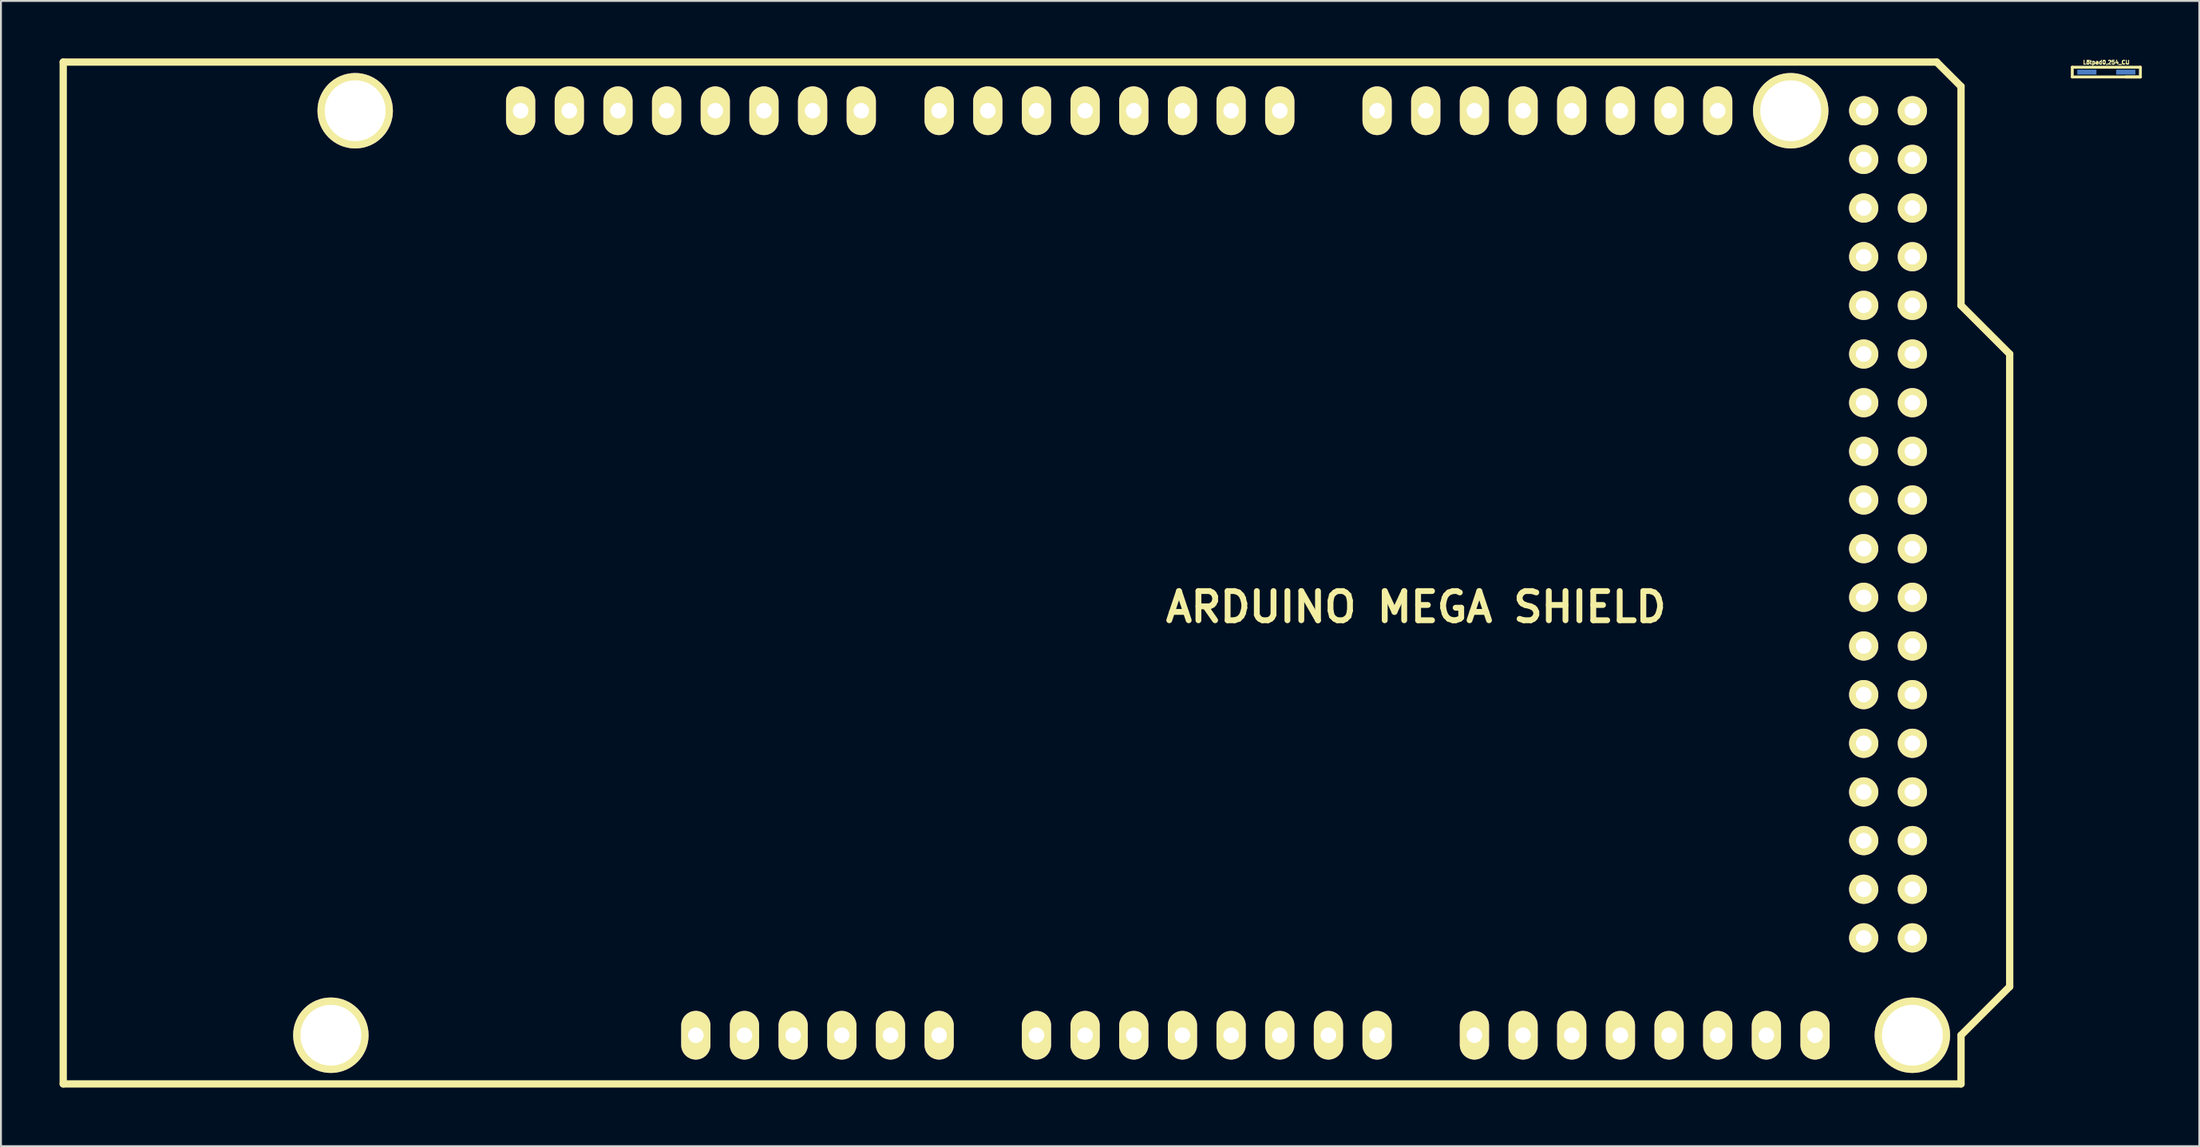
<source format=kicad_pcb>
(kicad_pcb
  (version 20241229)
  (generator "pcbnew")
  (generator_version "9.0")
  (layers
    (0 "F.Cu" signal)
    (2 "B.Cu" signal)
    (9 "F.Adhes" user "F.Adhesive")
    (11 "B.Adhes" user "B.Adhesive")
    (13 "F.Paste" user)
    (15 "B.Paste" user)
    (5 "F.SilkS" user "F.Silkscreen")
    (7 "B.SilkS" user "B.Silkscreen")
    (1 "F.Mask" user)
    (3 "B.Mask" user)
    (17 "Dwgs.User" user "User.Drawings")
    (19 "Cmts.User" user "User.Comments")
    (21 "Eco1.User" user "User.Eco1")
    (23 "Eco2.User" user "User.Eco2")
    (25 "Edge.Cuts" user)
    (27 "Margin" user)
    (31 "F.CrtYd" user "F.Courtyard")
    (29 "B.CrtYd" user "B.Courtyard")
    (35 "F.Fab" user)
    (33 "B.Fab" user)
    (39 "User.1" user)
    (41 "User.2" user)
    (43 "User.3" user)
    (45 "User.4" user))
  (footprint "Lötpad0,254_CU"
    (layer "F.Cu")
    (at 106.894 0.713)
    (property "Reference" "Lötpad0,254_CU" (at 0 -0.508 0) (layer "F.SilkS") (effects (font (size 0.2 0.2) (thickness 0.05))))
    (attr through_hole)
    (fp_line (start -1.778 -0.254) (end 1.778 -0.254) (stroke (width 0.15) (type solid)) (layer "F.SilkS"))
    (fp_line (start -1.778 0.254) (end -1.778 -0.254) (stroke (width 0.15) (type solid)) (layer "F.SilkS"))
    (fp_line (start 1.778 -0.254) (end 1.778 0.254) (stroke (width 0.15) (type solid)) (layer "F.SilkS"))
    (fp_line (start 1.778 0.254) (end -1.778 0.254) (stroke (width 0.15) (type solid)) (layer "F.SilkS"))
    (fp_line (start 1.778 0.254) (end 1.016 0.254) (stroke (width 0.15) (type solid)) (layer "F.SilkS"))
    (pad "1" smd rect (at -1.016 0) (size 1 0.254) (layers "F.Mask" "B.Cu" "F.Paste"))
    (pad "2" smd rect (at 1.016 0) (size 1 0.254) (layers "F.Mask" "B.Cu" "F.Paste")))
  (footprint "ARDUINO MEGA SHIELD"
    (layer "F.Cu")
    (at 0.25 53.531)
    (property "Reference" "ARDUINO MEGA SHIELD" (at 70.612 -24.892 0) (layer "F.SilkS") (effects (font (size 1.524 1.524) (thickness 0.305))))
    (attr through_hole)
    (fp_line (start 0 0) (end 0 -53.34) (stroke (width 0.381) (type solid)) (layer "F.SilkS"))
    (fp_line (start 97.79 -53.34) (end 0 -53.34) (stroke (width 0.381) (type solid)) (layer "F.SilkS"))
    (fp_line (start 99.06 -52.07) (end 97.79 -53.34) (stroke (width 0.381) (type solid)) (layer "F.SilkS"))
    (fp_line (start 99.06 -40.64) (end 99.06 -52.07) (stroke (width 0.381) (type solid)) (layer "F.SilkS"))
    (fp_line (start 99.06 -40.64) (end 101.6 -38.1) (stroke (width 0.381) (type solid)) (layer "F.SilkS"))
    (fp_line (start 99.06 -2.54) (end 99.06 0) (stroke (width 0.381) (type solid)) (layer "F.SilkS"))
    (fp_line (start 99.06 0) (end 0 0) (stroke (width 0.381) (type solid)) (layer "F.SilkS"))
    (fp_line (start 101.6 -38.1) (end 101.6 -5.08) (stroke (width 0.381) (type solid)) (layer "F.SilkS"))
    (fp_line (start 101.6 -5.08) (end 99.06 -2.54) (stroke (width 0.381) (type solid)) (layer "F.SilkS"))
    (pad "" thru_hole circle (at 13.97 -2.54 90) (size 3.937 3.937) (drill 3.175) (layers "*.Cu" "*.Mask" "F.SilkS"))
    (pad "" thru_hole circle (at 15.24 -50.8 90) (size 3.937 3.937) (drill 3.175) (layers "*.Cu" "*.Mask" "F.SilkS"))
    (pad "" thru_hole circle (at 90.17 -50.8 90) (size 3.937 3.937) (drill 3.175) (layers "*.Cu" "*.Mask" "F.SilkS"))
    (pad "" thru_hole circle (at 96.52 -2.54 90) (size 3.937 3.937) (drill 3.175) (layers "*.Cu" "*.Mask" "F.SilkS"))
    (pad "0" thru_hole oval (at 63.5 -50.8 90) (size 2.54 1.524) (drill 0.813) (layers "*.Cu" "*.Mask" "F.SilkS"))
    (pad "1" thru_hole oval (at 60.96 -50.8 90) (size 2.54 1.524) (drill 0.813) (layers "*.Cu" "*.Mask" "F.SilkS"))
    (pad "2" thru_hole oval (at 58.42 -50.8 90) (size 2.54 1.524) (drill 0.813) (layers "*.Cu" "*.Mask" "F.SilkS"))
    (pad "3" thru_hole oval (at 55.88 -50.8 90) (size 2.54 1.524) (drill 0.813) (layers "*.Cu" "*.Mask" "F.SilkS"))
    (pad "3V3" thru_hole oval (at 35.56 -2.54 90) (size 2.54 1.524) (drill 0.813) (layers "*.Cu" "*.Mask" "F.SilkS"))
    (pad "4" thru_hole oval (at 53.34 -50.8 90) (size 2.54 1.524) (drill 0.813) (layers "*.Cu" "*.Mask" "F.SilkS"))
    (pad "5" thru_hole oval (at 50.8 -50.8 90) (size 2.54 1.524) (drill 0.813) (layers "*.Cu" "*.Mask" "F.SilkS"))
    (pad "5V" thru_hole oval (at 38.1 -2.54 90) (size 2.54 1.524) (drill 0.813) (layers "*.Cu" "*.Mask" "F.SilkS"))
    (pad "5V_4" thru_hole circle (at 93.98 -50.8) (size 1.524 1.524) (drill 0.813) (layers "*.Cu" "*.Mask" "F.SilkS"))
    (pad "5V_5" thru_hole circle (at 96.52 -50.8) (size 1.524 1.524) (drill 0.813) (layers "*.Cu" "*.Mask" "F.SilkS"))
    (pad "6" thru_hole oval (at 48.26 -50.8 90) (size 2.54 1.524) (drill 0.813) (layers "*.Cu" "*.Mask" "F.SilkS"))
    (pad "7" thru_hole oval (at 45.72 -50.8 90) (size 2.54 1.524) (drill 0.813) (layers "*.Cu" "*.Mask" "F.SilkS"))
    (pad "8" thru_hole oval (at 41.656 -50.8 90) (size 2.54 1.524) (drill 0.813) (layers "*.Cu" "*.Mask" "F.SilkS"))
    (pad "9" thru_hole oval (at 39.116 -50.8 90) (size 2.54 1.524) (drill 0.813) (layers "*.Cu" "*.Mask" "F.SilkS"))
    (pad "10" thru_hole oval (at 36.576 -50.8 90) (size 2.54 1.524) (drill 0.813) (layers "*.Cu" "*.Mask" "F.SilkS"))
    (pad "11" thru_hole oval (at 34.036 -50.8 90) (size 2.54 1.524) (drill 0.813) (layers "*.Cu" "*.Mask" "F.SilkS"))
    (pad "12" thru_hole oval (at 31.496 -50.8 90) (size 2.54 1.524) (drill 0.813) (layers "*.Cu" "*.Mask" "F.SilkS"))
    (pad "13" thru_hole oval (at 28.956 -50.8 90) (size 2.54 1.524) (drill 0.813) (layers "*.Cu" "*.Mask" "F.SilkS"))
    (pad "14" thru_hole oval (at 68.58 -50.8 90) (size 2.54 1.524) (drill 0.813) (layers "*.Cu" "*.Mask" "F.SilkS"))
    (pad "15" thru_hole oval (at 71.12 -50.8 90) (size 2.54 1.524) (drill 0.813) (layers "*.Cu" "*.Mask" "F.SilkS"))
    (pad "16" thru_hole oval (at 73.66 -50.8 90) (size 2.54 1.524) (drill 0.813) (layers "*.Cu" "*.Mask" "F.SilkS"))
    (pad "17" thru_hole oval (at 76.2 -50.8 90) (size 2.54 1.524) (drill 0.813) (layers "*.Cu" "*.Mask" "F.SilkS"))
    (pad "18" thru_hole oval (at 78.74 -50.8 90) (size 2.54 1.524) (drill 0.813) (layers "*.Cu" "*.Mask" "F.SilkS"))
    (pad "19" thru_hole oval (at 81.28 -50.8 90) (size 2.54 1.524) (drill 0.813) (layers "*.Cu" "*.Mask" "F.SilkS"))
    (pad "20" thru_hole oval (at 83.82 -50.8 90) (size 2.54 1.524) (drill 0.813) (layers "*.Cu" "*.Mask" "F.SilkS"))
    (pad "21" thru_hole oval (at 86.36 -50.8 90) (size 2.54 1.524) (drill 0.813) (layers "*.Cu" "*.Mask" "F.SilkS"))
    (pad "22" thru_hole circle (at 93.98 -48.26) (size 1.524 1.524) (drill 0.813) (layers "*.Cu" "*.Mask" "F.SilkS"))
    (pad "23" thru_hole circle (at 96.52 -48.26) (size 1.524 1.524) (drill 0.813) (layers "*.Cu" "*.Mask" "F.SilkS"))
    (pad "24" thru_hole circle (at 93.98 -45.72) (size 1.524 1.524) (drill 0.813) (layers "*.Cu" "*.Mask" "F.SilkS"))
    (pad "25" thru_hole circle (at 96.52 -45.72) (size 1.524 1.524) (drill 0.813) (layers "*.Cu" "*.Mask" "F.SilkS"))
    (pad "26" thru_hole circle (at 93.98 -43.18) (size 1.524 1.524) (drill 0.813) (layers "*.Cu" "*.Mask" "F.SilkS"))
    (pad "27" thru_hole circle (at 96.52 -43.18) (size 1.524 1.524) (drill 0.813) (layers "*.Cu" "*.Mask" "F.SilkS"))
    (pad "28" thru_hole circle (at 93.98 -40.64) (size 1.524 1.524) (drill 0.813) (layers "*.Cu" "*.Mask" "F.SilkS"))
    (pad "29" thru_hole circle (at 96.52 -40.64) (size 1.524 1.524) (drill 0.813) (layers "*.Cu" "*.Mask" "F.SilkS"))
    (pad "30" thru_hole circle (at 93.98 -38.1) (size 1.524 1.524) (drill 0.813) (layers "*.Cu" "*.Mask" "F.SilkS"))
    (pad "31" thru_hole circle (at 96.52 -38.1) (size 1.524 1.524) (drill 0.813) (layers "*.Cu" "*.Mask" "F.SilkS"))
    (pad "32" thru_hole circle (at 93.98 -35.56) (size 1.524 1.524) (drill 0.813) (layers "*.Cu" "*.Mask" "F.SilkS"))
    (pad "33" thru_hole circle (at 96.52 -35.56) (size 1.524 1.524) (drill 0.813) (layers "*.Cu" "*.Mask" "F.SilkS"))
    (pad "34" thru_hole circle (at 93.98 -33.02) (size 1.524 1.524) (drill 0.813) (layers "*.Cu" "*.Mask" "F.SilkS"))
    (pad "35" thru_hole circle (at 96.52 -33.02) (size 1.524 1.524) (drill 0.813) (layers "*.Cu" "*.Mask" "F.SilkS"))
    (pad "36" thru_hole circle (at 93.98 -30.48) (size 1.524 1.524) (drill 0.813) (layers "*.Cu" "*.Mask" "F.SilkS"))
    (pad "37" thru_hole circle (at 96.52 -30.48) (size 1.524 1.524) (drill 0.813) (layers "*.Cu" "*.Mask" "F.SilkS"))
    (pad "38" thru_hole circle (at 93.98 -27.94) (size 1.524 1.524) (drill 0.813) (layers "*.Cu" "*.Mask" "F.SilkS"))
    (pad "39" thru_hole circle (at 96.52 -27.94) (size 1.524 1.524) (drill 0.813) (layers "*.Cu" "*.Mask" "F.SilkS"))
    (pad "40" thru_hole circle (at 93.98 -25.4) (size 1.524 1.524) (drill 0.813) (layers "*.Cu" "*.Mask" "F.SilkS"))
    (pad "41" thru_hole circle (at 96.52 -25.4) (size 1.524 1.524) (drill 0.813) (layers "*.Cu" "*.Mask" "F.SilkS"))
    (pad "42" thru_hole circle (at 93.98 -22.86) (size 1.524 1.524) (drill 0.813) (layers "*.Cu" "*.Mask" "F.SilkS"))
    (pad "43" thru_hole circle (at 96.52 -22.86) (size 1.524 1.524) (drill 0.813) (layers "*.Cu" "*.Mask" "F.SilkS"))
    (pad "44" thru_hole circle (at 93.98 -20.32) (size 1.524 1.524) (drill 0.813) (layers "*.Cu" "*.Mask" "F.SilkS"))
    (pad "45" thru_hole circle (at 96.52 -20.32) (size 1.524 1.524) (drill 0.813) (layers "*.Cu" "*.Mask" "F.SilkS"))
    (pad "46" thru_hole circle (at 93.98 -17.78) (size 1.524 1.524) (drill 0.813) (layers "*.Cu" "*.Mask" "F.SilkS"))
    (pad "47" thru_hole circle (at 96.52 -17.78) (size 1.524 1.524) (drill 0.813) (layers "*.Cu" "*.Mask" "F.SilkS"))
    (pad "48" thru_hole circle (at 93.98 -15.24) (size 1.524 1.524) (drill 0.813) (layers "*.Cu" "*.Mask" "F.SilkS"))
    (pad "49" thru_hole circle (at 96.52 -15.24) (size 1.524 1.524) (drill 0.813) (layers "*.Cu" "*.Mask" "F.SilkS"))
    (pad "50" thru_hole circle (at 93.98 -12.7) (size 1.524 1.524) (drill 0.813) (layers "*.Cu" "*.Mask" "F.SilkS"))
    (pad "51" thru_hole circle (at 96.52 -12.7) (size 1.524 1.524) (drill 0.813) (layers "*.Cu" "*.Mask" "F.SilkS"))
    (pad "52" thru_hole circle (at 93.98 -10.16) (size 1.524 1.524) (drill 0.813) (layers "*.Cu" "*.Mask" "F.SilkS"))
    (pad "53" thru_hole circle (at 96.52 -10.16) (size 1.524 1.524) (drill 0.813) (layers "*.Cu" "*.Mask" "F.SilkS"))
    (pad "AD0" thru_hole oval (at 50.8 -2.54 90) (size 2.54 1.524) (drill 0.813) (layers "*.Cu" "*.Mask" "F.SilkS"))
    (pad "AD1" thru_hole oval (at 53.34 -2.54 90) (size 2.54 1.524) (drill 0.813) (layers "*.Cu" "*.Mask" "F.SilkS"))
    (pad "AD2" thru_hole oval (at 55.88 -2.54 90) (size 2.54 1.524) (drill 0.813) (layers "*.Cu" "*.Mask" "F.SilkS"))
    (pad "AD3" thru_hole oval (at 58.42 -2.54 90) (size 2.54 1.524) (drill 0.813) (layers "*.Cu" "*.Mask" "F.SilkS"))
    (pad "AD4" thru_hole oval (at 60.96 -2.54 90) (size 2.54 1.524) (drill 0.813) (layers "*.Cu" "*.Mask" "F.SilkS"))
    (pad "AD5" thru_hole oval (at 63.5 -2.54 90) (size 2.54 1.524) (drill 0.813) (layers "*.Cu" "*.Mask" "F.SilkS"))
    (pad "AD6" thru_hole oval (at 66.04 -2.54 90) (size 2.54 1.524) (drill 0.813) (layers "*.Cu" "*.Mask" "F.SilkS"))
    (pad "AD7" thru_hole oval (at 68.58 -2.54 90) (size 2.54 1.524) (drill 0.813) (layers "*.Cu" "*.Mask" "F.SilkS"))
    (pad "AD8" thru_hole oval (at 73.66 -2.54 90) (size 2.54 1.524) (drill 0.813) (layers "*.Cu" "*.Mask" "F.SilkS"))
    (pad "AD9" thru_hole oval (at 76.2 -2.54 90) (size 2.54 1.524) (drill 0.813) (layers "*.Cu" "*.Mask" "F.SilkS"))
    (pad "AD10" thru_hole oval (at 78.74 -2.54 90) (size 2.54 1.524) (drill 0.813) (layers "*.Cu" "*.Mask" "F.SilkS"))
    (pad "AD11" thru_hole oval (at 81.28 -2.54 90) (size 2.54 1.524) (drill 0.813) (layers "*.Cu" "*.Mask" "F.SilkS"))
    (pad "AD12" thru_hole oval (at 83.82 -2.54 90) (size 2.54 1.524) (drill 0.813) (layers "*.Cu" "*.Mask" "F.SilkS"))
    (pad "AD13" thru_hole oval (at 86.36 -2.54 90) (size 2.54 1.524) (drill 0.813) (layers "*.Cu" "*.Mask" "F.SilkS"))
    (pad "AD14" thru_hole oval (at 88.9 -2.54 90) (size 2.54 1.524) (drill 0.813) (layers "*.Cu" "*.Mask" "F.SilkS"))
    (pad "AD15" thru_hole oval (at 91.44 -2.54 90) (size 2.54 1.524) (drill 0.813) (layers "*.Cu" "*.Mask" "F.SilkS"))
    (pad "AREF" thru_hole oval (at 23.876 -50.8 90) (size 2.54 1.524) (drill 0.813) (layers "*.Cu" "*.Mask" "F.SilkS"))
    (pad "GND1" thru_hole oval (at 40.64 -2.54 90) (size 2.54 1.524) (drill 0.813) (layers "*.Cu" "*.Mask" "F.SilkS"))
    (pad "GND2" thru_hole oval (at 43.18 -2.54 90) (size 2.54 1.524) (drill 0.813) (layers "*.Cu" "*.Mask" "F.SilkS"))
    (pad "GND3" thru_hole oval (at 26.416 -50.8 90) (size 2.54 1.524) (drill 0.813) (layers "*.Cu" "*.Mask" "F.SilkS"))
    (pad "GND4" thru_hole circle (at 93.98 -7.62) (size 1.524 1.524) (drill 0.813) (layers "*.Cu" "*.Mask" "F.SilkS"))
    (pad "GND5" thru_hole circle (at 96.52 -7.62) (size 1.524 1.524) (drill 0.813) (layers "*.Cu" "*.Mask" "F.SilkS"))
    (pad "RST" thru_hole oval (at 33.02 -2.54 90) (size 2.54 1.524) (drill 0.813) (layers "*.Cu" "*.Mask" "F.SilkS"))
    (pad "V_IN" thru_hole oval (at 45.72 -2.54 90) (size 2.54 1.524) (drill 0.813) (layers "*.Cu" "*.Mask" "F.SilkS")))
  (gr_rect
    (start -3 -3)
    (end 111.746 56.781)
    (stroke (width 0.1) (type default))
    (fill no)
    (layer "Edge.Cuts")))
</source>
